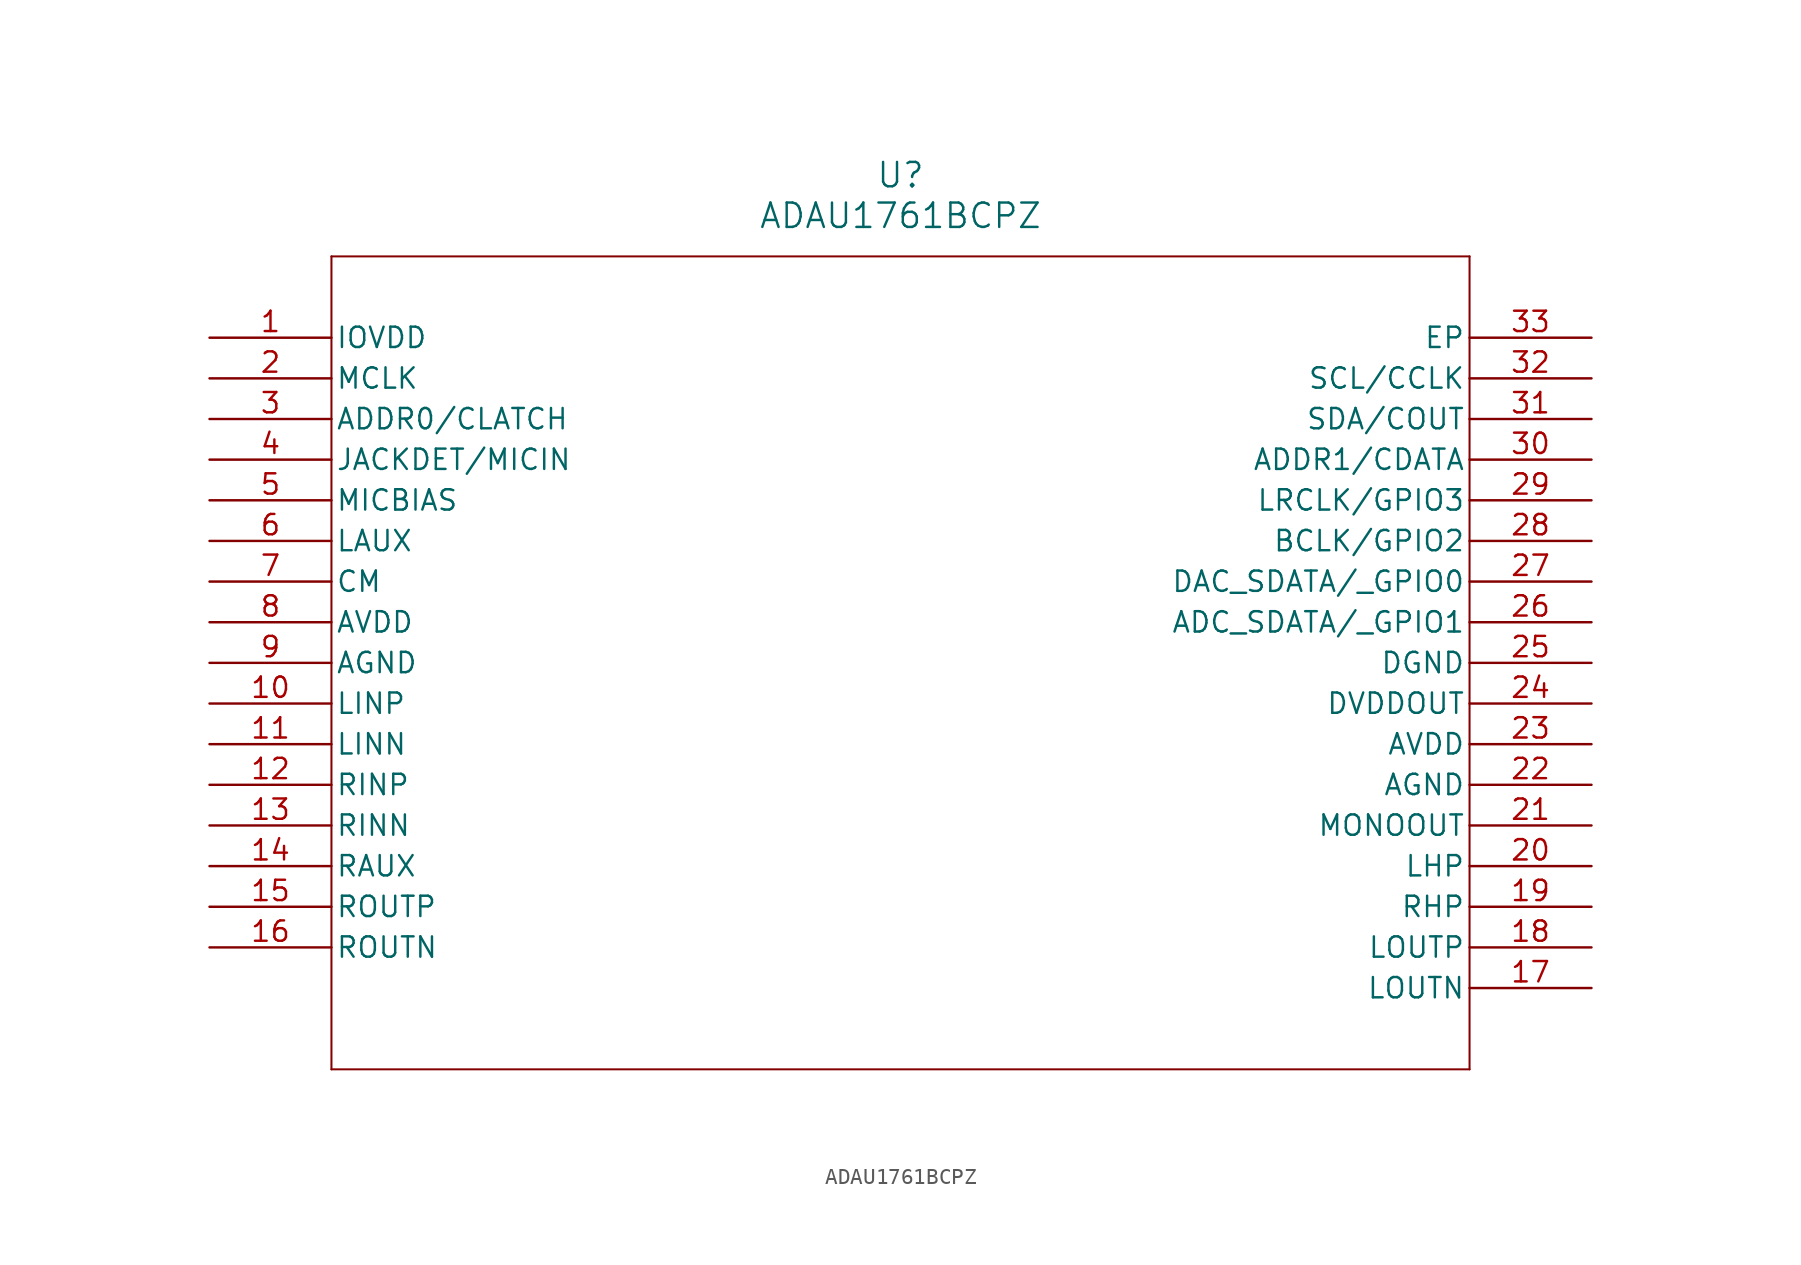
<source format=kicad_sym>
(kicad_symbol_lib
  (version 20211014)
  (generator kicad_symbol_editor)
  (symbol "ADAU1761BCPZ"
    (pin_names
      (offset 0.254))
    (property "Reference" "U"
      (at 43.18 10.16 0)
      (effects (font (size 1.524 1.524))))
    (property "Value" "ADAU1761BCPZ"
      (at 43.18 7.62 0)
      (effects (font (size 1.524 1.524))))
    (symbol "ADAU1761BCPZ_0_1"
      (polyline (pts (xy 7.62 5.08) (xy 7.62 -45.72)) (stroke (width 0.127) (type default) (color 0 0 0 0)) (fill (type none)))
      (polyline (pts (xy 7.62 -45.72) (xy 78.74 -45.72)) (stroke (width 0.127) (type default) (color 0 0 0 0)) (fill (type none)))
      (polyline (pts (xy 78.74 -45.72) (xy 78.74 5.08)) (stroke (width 0.127) (type default) (color 0 0 0 0)) (fill (type none)))
      (polyline (pts (xy 78.74 5.08) (xy 7.62 5.08)) (stroke (width 0.127) (type default) (color 0 0 0 0)) (fill (type none)))
      (pin power_in line (at 0 0 0) (length 7.62) (name "IOVDD" (effects (font (size 1.27 1.27)))) (number "1" (effects (font (size 1.27 1.27)))))
      (pin unspecified line (at 0 -2.54 0) (length 7.62) (name "MCLK" (effects (font (size 1.27 1.27)))) (number "2" (effects (font (size 1.27 1.27)))))
      (pin unspecified line (at 0 -5.08 0) (length 7.62) (name "ADDR0/CLATCH" (effects (font (size 1.27 1.27)))) (number "3" (effects (font (size 1.27 1.27)))))
      (pin unspecified line (at 0 -7.62 0) (length 7.62) (name "JACKDET/MICIN" (effects (font (size 1.27 1.27)))) (number "4" (effects (font (size 1.27 1.27)))))
      (pin unspecified line (at 0 -10.16 0) (length 7.62) (name "MICBIAS" (effects (font (size 1.27 1.27)))) (number "5" (effects (font (size 1.27 1.27)))))
      (pin unspecified line (at 0 -12.7 0) (length 7.62) (name "LAUX" (effects (font (size 1.27 1.27)))) (number "6" (effects (font (size 1.27 1.27)))))
      (pin unspecified line (at 0 -15.24 0) (length 7.62) (name "CM" (effects (font (size 1.27 1.27)))) (number "7" (effects (font (size 1.27 1.27)))))
      (pin power_in line (at 0 -17.78 0) (length 7.62) (name "AVDD" (effects (font (size 1.27 1.27)))) (number "8" (effects (font (size 1.27 1.27)))))
      (pin unspecified line (at 0 -20.32 0) (length 7.62) (name "AGND" (effects (font (size 1.27 1.27)))) (number "9" (effects (font (size 1.27 1.27)))))
      (pin unspecified line (at 0 -22.86 0) (length 7.62) (name "LINP" (effects (font (size 1.27 1.27)))) (number "10" (effects (font (size 1.27 1.27)))))
      (pin unspecified line (at 0 -25.4 0) (length 7.62) (name "LINN" (effects (font (size 1.27 1.27)))) (number "11" (effects (font (size 1.27 1.27)))))
      (pin unspecified line (at 0 -27.94 0) (length 7.62) (name "RINP" (effects (font (size 1.27 1.27)))) (number "12" (effects (font (size 1.27 1.27)))))
      (pin unspecified line (at 0 -30.48 0) (length 7.62) (name "RINN" (effects (font (size 1.27 1.27)))) (number "13" (effects (font (size 1.27 1.27)))))
      (pin unspecified line (at 0 -33.02 0) (length 7.62) (name "RAUX" (effects (font (size 1.27 1.27)))) (number "14" (effects (font (size 1.27 1.27)))))
      (pin unspecified line (at 0 -35.56 0) (length 7.62) (name "ROUTP" (effects (font (size 1.27 1.27)))) (number "15" (effects (font (size 1.27 1.27)))))
      (pin unspecified line (at 0 -38.1 0) (length 7.62) (name "ROUTN" (effects (font (size 1.27 1.27)))) (number "16" (effects (font (size 1.27 1.27)))))
      (pin unspecified line (at 86.36 -40.64 180) (length 7.62) (name "LOUTN" (effects (font (size 1.27 1.27)))) (number "17" (effects (font (size 1.27 1.27)))))
      (pin unspecified line (at 86.36 -38.1 180) (length 7.62) (name "LOUTP" (effects (font (size 1.27 1.27)))) (number "18" (effects (font (size 1.27 1.27)))))
      (pin unspecified line (at 86.36 -35.56 180) (length 7.62) (name "RHP" (effects (font (size 1.27 1.27)))) (number "19" (effects (font (size 1.27 1.27)))))
      (pin unspecified line (at 86.36 -33.02 180) (length 7.62) (name "LHP" (effects (font (size 1.27 1.27)))) (number "20" (effects (font (size 1.27 1.27)))))
      (pin unspecified line (at 86.36 -30.48 180) (length 7.62) (name "MONOOUT" (effects (font (size 1.27 1.27)))) (number "21" (effects (font (size 1.27 1.27)))))
      (pin unspecified line (at 86.36 -27.94 180) (length 7.62) (name "AGND" (effects (font (size 1.27 1.27)))) (number "22" (effects (font (size 1.27 1.27)))))
      (pin power_in line (at 86.36 -25.4 180) (length 7.62) (name "AVDD" (effects (font (size 1.27 1.27)))) (number "23" (effects (font (size 1.27 1.27)))))
      (pin power_in line (at 86.36 -22.86 180) (length 7.62) (name "DVDDOUT" (effects (font (size 1.27 1.27)))) (number "24" (effects (font (size 1.27 1.27)))))
      (pin unspecified line (at 86.36 -20.32 180) (length 7.62) (name "DGND" (effects (font (size 1.27 1.27)))) (number "25" (effects (font (size 1.27 1.27)))))
      (pin unspecified line (at 86.36 -17.78 180) (length 7.62) (name "ADC_SDATA/ GPIO1" (effects (font (size 1.27 1.27)))) (number "26" (effects (font (size 1.27 1.27)))))
      (pin unspecified line (at 86.36 -15.24 180) (length 7.62) (name "DAC_SDATA/ GPIO0" (effects (font (size 1.27 1.27)))) (number "27" (effects (font (size 1.27 1.27)))))
      (pin unspecified line (at 86.36 -12.7 180) (length 7.62) (name "BCLK/GPIO2" (effects (font (size 1.27 1.27)))) (number "28" (effects (font (size 1.27 1.27)))))
      (pin unspecified line (at 86.36 -10.16 180) (length 7.62) (name "LRCLK/GPIO3" (effects (font (size 1.27 1.27)))) (number "29" (effects (font (size 1.27 1.27)))))
      (pin unspecified line (at 86.36 -7.62 180) (length 7.62) (name "ADDR1/CDATA" (effects (font (size 1.27 1.27)))) (number "30" (effects (font (size 1.27 1.27)))))
      (pin unspecified line (at 86.36 -5.08 180) (length 7.62) (name "SDA/COUT" (effects (font (size 1.27 1.27)))) (number "31" (effects (font (size 1.27 1.27)))))
      (pin unspecified line (at 86.36 -2.54 180) (length 7.62) (name "SCL/CCLK" (effects (font (size 1.27 1.27)))) (number "32" (effects (font (size 1.27 1.27)))))
      (pin unspecified line (at 86.36 0 180) (length 7.62) (name "EP" (effects (font (size 1.27 1.27)))) (number "33" (effects (font (size 1.27 1.27))))))))
</source>
